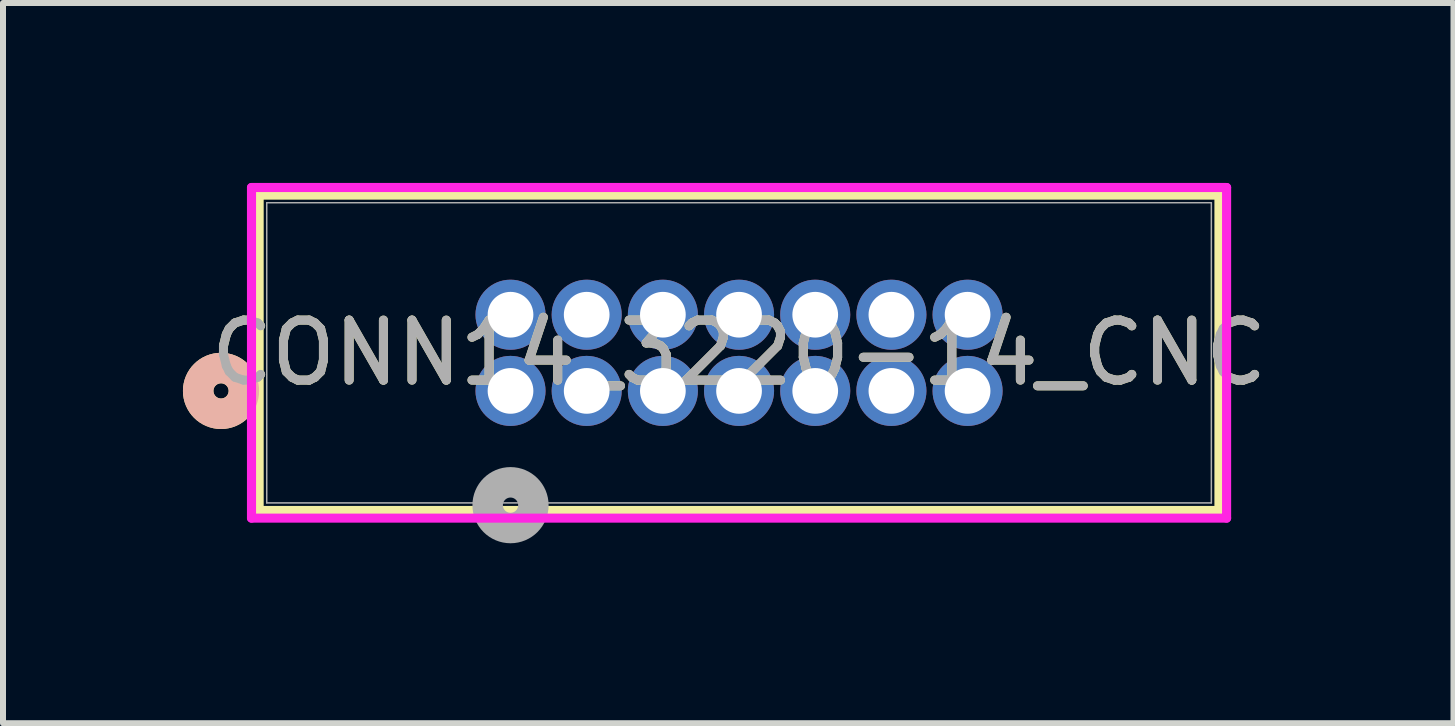
<source format=kicad_pcb>
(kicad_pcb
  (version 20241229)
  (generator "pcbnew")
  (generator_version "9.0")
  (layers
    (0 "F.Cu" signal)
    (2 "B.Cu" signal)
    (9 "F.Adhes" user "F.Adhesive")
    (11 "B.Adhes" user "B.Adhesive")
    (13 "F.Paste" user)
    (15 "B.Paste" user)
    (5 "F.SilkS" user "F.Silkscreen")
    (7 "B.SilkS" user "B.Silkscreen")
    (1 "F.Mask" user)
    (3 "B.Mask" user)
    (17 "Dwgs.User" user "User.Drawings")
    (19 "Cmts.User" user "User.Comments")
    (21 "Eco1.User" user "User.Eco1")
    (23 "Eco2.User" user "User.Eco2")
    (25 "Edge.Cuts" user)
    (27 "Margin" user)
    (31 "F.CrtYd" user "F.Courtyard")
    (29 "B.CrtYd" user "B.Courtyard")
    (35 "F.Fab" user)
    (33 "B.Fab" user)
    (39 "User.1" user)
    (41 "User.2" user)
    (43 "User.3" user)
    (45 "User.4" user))
  (footprint "CONN14_3220-14_CNC"
    (layer "F.Cu")
    (at 5.461 3.467)
    (property "Reference" "CONN14_3220-14_CNC" (at 3.81 -0.635 0) (unlocked yes) (layer "F.SilkS") (effects (font (size 1 1) (thickness 0.15))))
    (attr through_hole)
    (fp_line (start -4.191 -3.264) (end 11.811 -3.264) (stroke (width 0.152) (type solid)) (layer "F.SilkS"))
    (fp_line (start -4.191 1.994) (end -4.191 -3.264) (stroke (width 0.152) (type solid)) (layer "F.SilkS"))
    (fp_line (start 11.811 -3.264) (end 11.811 1.994) (stroke (width 0.152) (type solid)) (layer "F.SilkS"))
    (fp_line (start 11.811 1.994) (end -4.191 1.994) (stroke (width 0.152) (type solid)) (layer "F.SilkS"))
    (fp_circle (center -4.826 0) (end -4.445 0) (stroke (width 0.508) (type solid)) (fill no) (layer "F.SilkS"))
    (fp_circle (center -4.826 0) (end -4.445 0) (stroke (width 0.508) (type solid)) (fill no) (layer "B.SilkS"))
    (fp_line (start -4.318 -3.391) (end 11.938 -3.391) (stroke (width 0.152) (type solid)) (layer "F.CrtYd"))
    (fp_line (start -4.318 2.121) (end -4.318 -3.391) (stroke (width 0.152) (type solid)) (layer "F.CrtYd"))
    (fp_line (start 11.938 -3.391) (end 11.938 2.121) (stroke (width 0.152) (type solid)) (layer "F.CrtYd"))
    (fp_line (start 11.938 2.121) (end -4.318 2.121) (stroke (width 0.152) (type solid)) (layer "F.CrtYd"))
    (fp_line (start -4.064 -3.137) (end 11.684 -3.137) (stroke (width 0.025) (type solid)) (layer "F.Fab"))
    (fp_line (start -4.064 1.867) (end -4.064 -3.137) (stroke (width 0.025) (type solid)) (layer "F.Fab"))
    (fp_line (start 11.684 -3.137) (end 11.684 1.867) (stroke (width 0.025) (type solid)) (layer "F.Fab"))
    (fp_line (start 11.684 1.867) (end -4.064 1.867) (stroke (width 0.025) (type solid)) (layer "F.Fab"))
    (fp_circle (center 0 1.905) (end 0.381 1.905) (stroke (width 0.508) (type solid)) (fill no) (layer "F.Fab"))
    (fp_text user "${REFERENCE}" (at 3.81 -0.635 0) (unlocked yes) (layer "F.Fab") (effects (font (size 1 1) (thickness 0.15))))
    (pad "1" thru_hole circle (at 0 0) (size 1.168 1.168) (drill 0.762) (layers "*.Cu" "*.Mask"))
    (pad "2" thru_hole circle (at 0 -1.27) (size 1.168 1.168) (drill 0.762) (layers "*.Cu" "*.Mask"))
    (pad "3" thru_hole circle (at 1.27 0) (size 1.168 1.168) (drill 0.762) (layers "*.Cu" "*.Mask"))
    (pad "4" thru_hole circle (at 1.27 -1.27) (size 1.168 1.168) (drill 0.762) (layers "*.Cu" "*.Mask"))
    (pad "5" thru_hole circle (at 2.54 0) (size 1.168 1.168) (drill 0.762) (layers "*.Cu" "*.Mask"))
    (pad "6" thru_hole circle (at 2.54 -1.27) (size 1.168 1.168) (drill 0.762) (layers "*.Cu" "*.Mask"))
    (pad "7" thru_hole circle (at 3.81 0) (size 1.168 1.168) (drill 0.762) (layers "*.Cu" "*.Mask"))
    (pad "8" thru_hole circle (at 3.81 -1.27) (size 1.168 1.168) (drill 0.762) (layers "*.Cu" "*.Mask"))
    (pad "9" thru_hole circle (at 5.08 0) (size 1.168 1.168) (drill 0.762) (layers "*.Cu" "*.Mask"))
    (pad "10" thru_hole circle (at 5.08 -1.27) (size 1.168 1.168) (drill 0.762) (layers "*.Cu" "*.Mask"))
    (pad "11" thru_hole circle (at 6.35 0) (size 1.168 1.168) (drill 0.762) (layers "*.Cu" "*.Mask"))
    (pad "12" thru_hole circle (at 6.35 -1.27) (size 1.168 1.168) (drill 0.762) (layers "*.Cu" "*.Mask"))
    (pad "13" thru_hole circle (at 7.62 0) (size 1.168 1.168) (drill 0.762) (layers "*.Cu" "*.Mask"))
    (pad "14" thru_hole circle (at 7.62 -1.27) (size 1.168 1.168) (drill 0.762) (layers "*.Cu" "*.Mask")))
  (gr_rect
    (start -3 -3)
    (end 21.182 9.007)
    (stroke (width 0.1) (type default))
    (fill no)
    (layer "Edge.Cuts")))
</source>
